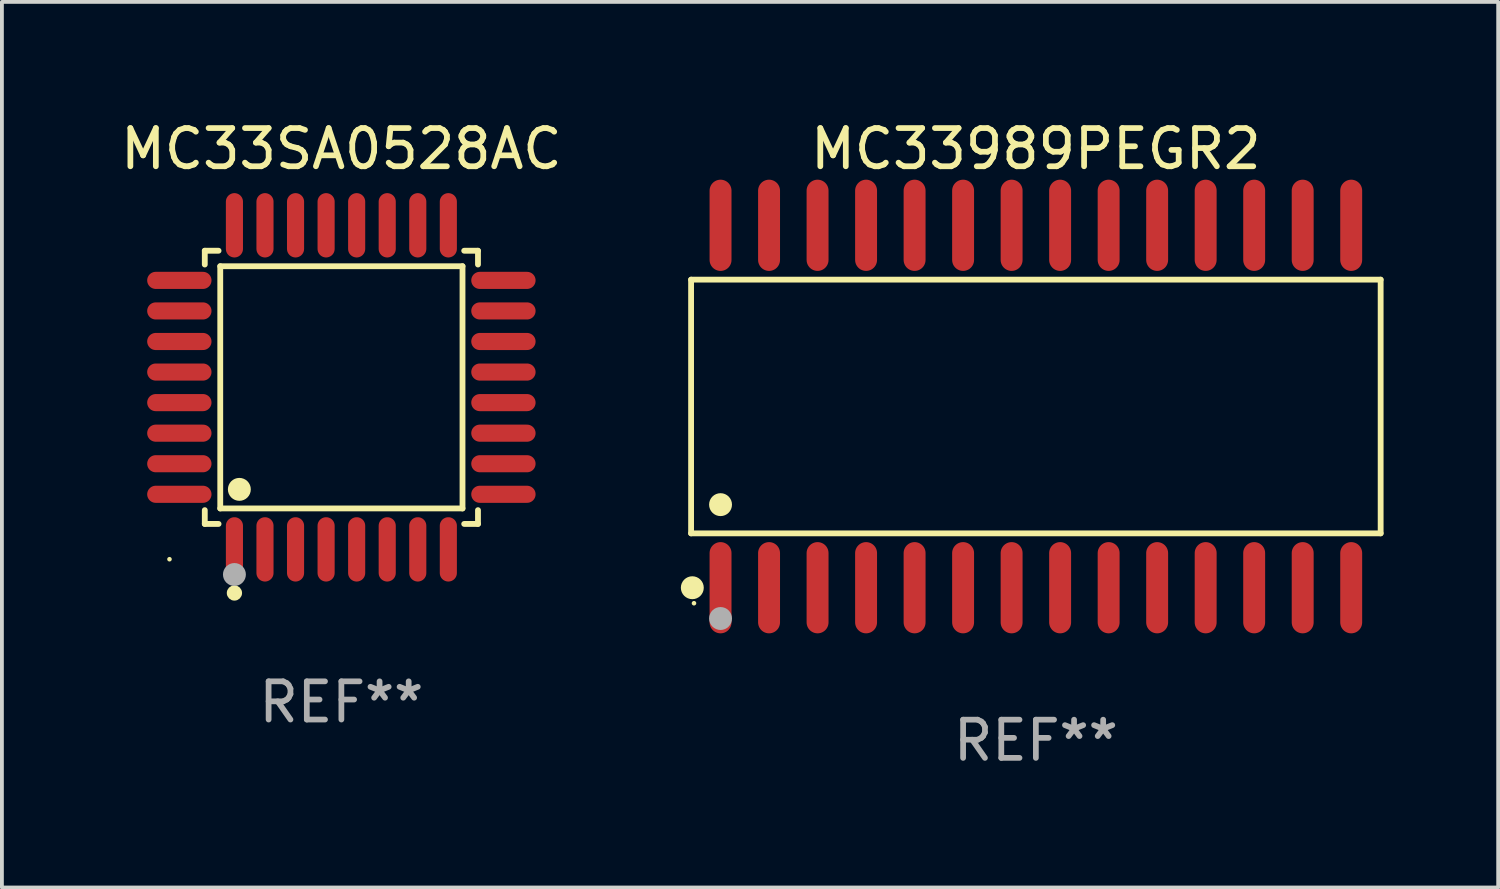
<source format=kicad_pcb>
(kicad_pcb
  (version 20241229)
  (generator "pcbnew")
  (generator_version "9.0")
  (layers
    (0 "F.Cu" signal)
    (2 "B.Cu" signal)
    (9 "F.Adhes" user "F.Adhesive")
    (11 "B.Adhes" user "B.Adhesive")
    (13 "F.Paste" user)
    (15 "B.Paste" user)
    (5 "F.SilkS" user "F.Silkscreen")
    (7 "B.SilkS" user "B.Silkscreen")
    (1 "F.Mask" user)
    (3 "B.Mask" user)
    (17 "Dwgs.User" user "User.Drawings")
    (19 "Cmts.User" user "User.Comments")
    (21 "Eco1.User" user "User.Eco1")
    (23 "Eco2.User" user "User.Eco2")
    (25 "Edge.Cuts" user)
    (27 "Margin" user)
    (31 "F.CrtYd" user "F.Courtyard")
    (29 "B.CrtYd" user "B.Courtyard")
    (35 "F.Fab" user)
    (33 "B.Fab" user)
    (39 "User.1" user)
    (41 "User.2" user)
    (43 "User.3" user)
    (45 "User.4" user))
  (footprint "MC33SA0528AC"
    (layer "F.Cu")
    (at 5.887 7.09)
    (property "Reference" "MC33SA0528AC" (at 0 -6.242 0) (layer "F.SilkS") (effects (font (size 1 1) (thickness 0.15))))
    (attr through_hole)
    (fp_line (start -3.576 -3.576) (end -3.215 -3.576) (stroke (width 0.152) (type solid)) (layer "F.SilkS"))
    (fp_line (start -3.576 -3.215) (end -3.576 -3.576) (stroke (width 0.152) (type solid)) (layer "F.SilkS"))
    (fp_line (start -3.576 3.215) (end -3.576 3.576) (stroke (width 0.152) (type solid)) (layer "F.SilkS"))
    (fp_line (start -3.576 3.576) (end -3.215 3.576) (stroke (width 0.152) (type solid)) (layer "F.SilkS"))
    (fp_line (start -3.171 -3.171) (end 3.171 -3.171) (stroke (width 0.152) (type solid)) (layer "F.SilkS"))
    (fp_line (start -3.171 3.171) (end -3.171 -3.171) (stroke (width 0.152) (type solid)) (layer "F.SilkS"))
    (fp_line (start 3.171 -3.171) (end 3.171 3.171) (stroke (width 0.152) (type solid)) (layer "F.SilkS"))
    (fp_line (start 3.171 3.171) (end -3.171 3.171) (stroke (width 0.152) (type solid)) (layer "F.SilkS"))
    (fp_line (start 3.576 -3.576) (end 3.215 -3.576) (stroke (width 0.152) (type solid)) (layer "F.SilkS"))
    (fp_line (start 3.576 -3.215) (end 3.576 -3.576) (stroke (width 0.152) (type solid)) (layer "F.SilkS"))
    (fp_line (start 3.576 3.215) (end 3.576 3.576) (stroke (width 0.152) (type solid)) (layer "F.SilkS"))
    (fp_line (start 3.576 3.576) (end 3.215 3.576) (stroke (width 0.152) (type solid)) (layer "F.SilkS"))
    (fp_circle (center -4.5 4.5) (end -4.47 4.5) (stroke (width 0.06) (type solid)) (fill no) (layer "F.SilkS"))
    (fp_circle (center -2.8 5.384) (end -2.7 5.384) (stroke (width 0.2) (type solid)) (fill no) (layer "F.SilkS"))
    (fp_circle (center -2.671 2.671) (end -2.521 2.671) (stroke (width 0.3) (type solid)) (fill no) (layer "F.SilkS"))
    (fp_circle (center -2.8 4.9) (end -2.65 4.9) (stroke (width 0.3) (type solid)) (fill no) (layer "F.Fab"))
    (fp_text user "REF**" (at 0 8.242 0) (layer "F.Fab") (effects (font (size 1 1) (thickness 0.15))))
    (pad "1" smd oval (at -2.8 4.242) (size 0.448 1.684) (layers "F.Cu" "F.Mask" "F.Paste"))
    (pad "2" smd oval (at -2 4.242) (size 0.448 1.684) (layers "F.Cu" "F.Mask" "F.Paste"))
    (pad "3" smd oval (at -1.2 4.242) (size 0.448 1.684) (layers "F.Cu" "F.Mask" "F.Paste"))
    (pad "4" smd oval (at -0.4 4.242) (size 0.448 1.684) (layers "F.Cu" "F.Mask" "F.Paste"))
    (pad "5" smd oval (at 0.4 4.242) (size 0.448 1.684) (layers "F.Cu" "F.Mask" "F.Paste"))
    (pad "6" smd oval (at 1.2 4.242) (size 0.448 1.684) (layers "F.Cu" "F.Mask" "F.Paste"))
    (pad "7" smd oval (at 2 4.242) (size 0.448 1.684) (layers "F.Cu" "F.Mask" "F.Paste"))
    (pad "8" smd oval (at 2.8 4.242) (size 0.448 1.684) (layers "F.Cu" "F.Mask" "F.Paste"))
    (pad "9" smd oval (at 4.242 2.8) (size 1.684 0.448) (layers "F.Cu" "F.Mask" "F.Paste"))
    (pad "10" smd oval (at 4.242 2) (size 1.684 0.448) (layers "F.Cu" "F.Mask" "F.Paste"))
    (pad "11" smd oval (at 4.242 1.2) (size 1.684 0.448) (layers "F.Cu" "F.Mask" "F.Paste"))
    (pad "12" smd oval (at 4.242 0.4) (size 1.684 0.448) (layers "F.Cu" "F.Mask" "F.Paste"))
    (pad "13" smd oval (at 4.242 -0.4) (size 1.684 0.448) (layers "F.Cu" "F.Mask" "F.Paste"))
    (pad "14" smd oval (at 4.242 -1.2) (size 1.684 0.448) (layers "F.Cu" "F.Mask" "F.Paste"))
    (pad "15" smd oval (at 4.242 -2) (size 1.684 0.448) (layers "F.Cu" "F.Mask" "F.Paste"))
    (pad "16" smd oval (at 4.242 -2.8) (size 1.684 0.448) (layers "F.Cu" "F.Mask" "F.Paste"))
    (pad "17" smd oval (at 2.8 -4.242) (size 0.448 1.684) (layers "F.Cu" "F.Mask" "F.Paste"))
    (pad "18" smd oval (at 2 -4.242) (size 0.448 1.684) (layers "F.Cu" "F.Mask" "F.Paste"))
    (pad "19" smd oval (at 1.2 -4.242) (size 0.448 1.684) (layers "F.Cu" "F.Mask" "F.Paste"))
    (pad "20" smd oval (at 0.4 -4.242) (size 0.448 1.684) (layers "F.Cu" "F.Mask" "F.Paste"))
    (pad "21" smd oval (at -0.4 -4.242) (size 0.448 1.684) (layers "F.Cu" "F.Mask" "F.Paste"))
    (pad "22" smd oval (at -1.2 -4.242) (size 0.448 1.684) (layers "F.Cu" "F.Mask" "F.Paste"))
    (pad "23" smd oval (at -2 -4.242) (size 0.448 1.684) (layers "F.Cu" "F.Mask" "F.Paste"))
    (pad "24" smd oval (at -2.8 -4.242) (size 0.448 1.684) (layers "F.Cu" "F.Mask" "F.Paste"))
    (pad "25" smd oval (at -4.242 -2.8) (size 1.684 0.448) (layers "F.Cu" "F.Mask" "F.Paste"))
    (pad "26" smd oval (at -4.242 -2) (size 1.684 0.448) (layers "F.Cu" "F.Mask" "F.Paste"))
    (pad "27" smd oval (at -4.242 -1.2) (size 1.684 0.448) (layers "F.Cu" "F.Mask" "F.Paste"))
    (pad "28" smd oval (at -4.242 -0.4) (size 1.684 0.448) (layers "F.Cu" "F.Mask" "F.Paste"))
    (pad "29" smd oval (at -4.242 0.4) (size 1.684 0.448) (layers "F.Cu" "F.Mask" "F.Paste"))
    (pad "30" smd oval (at -4.242 1.2) (size 1.684 0.448) (layers "F.Cu" "F.Mask" "F.Paste"))
    (pad "31" smd oval (at -4.242 2) (size 1.684 0.448) (layers "F.Cu" "F.Mask" "F.Paste"))
    (pad "32" smd oval (at -4.242 2.8) (size 1.684 0.448) (layers "F.Cu" "F.Mask" "F.Paste")))
  (footprint "MC33989PEGR2"
    (layer "F.Cu")
    (at 24.068 7.592)
    (property "Reference" "MC33989PEGR2" (at 0 -6.744 0) (layer "F.SilkS") (effects (font (size 1 1) (thickness 0.15))))
    (attr through_hole)
    (fp_line (start -9.026 -3.321) (end 9.026 -3.321) (stroke (width 0.152) (type solid)) (layer "F.SilkS"))
    (fp_line (start -9.026 3.321) (end -9.026 -3.321) (stroke (width 0.152) (type solid)) (layer "F.SilkS"))
    (fp_line (start 9.026 -3.321) (end 9.026 3.321) (stroke (width 0.152) (type solid)) (layer "F.SilkS"))
    (fp_line (start 9.026 3.321) (end -9.026 3.321) (stroke (width 0.152) (type solid)) (layer "F.SilkS"))
    (fp_circle (center -8.994 4.744) (end -8.844 4.744) (stroke (width 0.3) (type solid)) (fill no) (layer "F.SilkS"))
    (fp_circle (center -8.95 5.15) (end -8.92 5.15) (stroke (width 0.06) (type solid)) (fill no) (layer "F.SilkS"))
    (fp_circle (center -8.255 2.569) (end -8.105 2.569) (stroke (width 0.3) (type solid)) (fill no) (layer "F.SilkS"))
    (fp_circle (center -8.255 5.55) (end -8.105 5.55) (stroke (width 0.3) (type solid)) (fill no) (layer "F.Fab"))
    (fp_text user "REF**" (at 0 8.744 0) (layer "F.Fab") (effects (font (size 1 1) (thickness 0.15))))
    (pad "1" smd oval (at -8.255 4.744) (size 0.574 2.388) (layers "F.Cu" "F.Mask" "F.Paste"))
    (pad "2" smd oval (at -6.985 4.744) (size 0.574 2.388) (layers "F.Cu" "F.Mask" "F.Paste"))
    (pad "3" smd oval (at -5.715 4.744) (size 0.574 2.388) (layers "F.Cu" "F.Mask" "F.Paste"))
    (pad "4" smd oval (at -4.445 4.744) (size 0.574 2.388) (layers "F.Cu" "F.Mask" "F.Paste"))
    (pad "5" smd oval (at -3.175 4.744) (size 0.574 2.388) (layers "F.Cu" "F.Mask" "F.Paste"))
    (pad "6" smd oval (at -1.905 4.744) (size 0.574 2.388) (layers "F.Cu" "F.Mask" "F.Paste"))
    (pad "7" smd oval (at -0.635 4.744) (size 0.574 2.388) (layers "F.Cu" "F.Mask" "F.Paste"))
    (pad "8" smd oval (at 0.635 4.744) (size 0.574 2.388) (layers "F.Cu" "F.Mask" "F.Paste"))
    (pad "9" smd oval (at 1.905 4.744) (size 0.574 2.388) (layers "F.Cu" "F.Mask" "F.Paste"))
    (pad "10" smd oval (at 3.175 4.744) (size 0.574 2.388) (layers "F.Cu" "F.Mask" "F.Paste"))
    (pad "11" smd oval (at 4.445 4.744) (size 0.574 2.388) (layers "F.Cu" "F.Mask" "F.Paste"))
    (pad "12" smd oval (at 5.715 4.744) (size 0.574 2.388) (layers "F.Cu" "F.Mask" "F.Paste"))
    (pad "13" smd oval (at 6.985 4.744) (size 0.574 2.388) (layers "F.Cu" "F.Mask" "F.Paste"))
    (pad "14" smd oval (at 8.255 4.744) (size 0.574 2.388) (layers "F.Cu" "F.Mask" "F.Paste"))
    (pad "15" smd oval (at 8.255 -4.744) (size 0.574 2.388) (layers "F.Cu" "F.Mask" "F.Paste"))
    (pad "16" smd oval (at 6.985 -4.744) (size 0.574 2.388) (layers "F.Cu" "F.Mask" "F.Paste"))
    (pad "17" smd oval (at 5.715 -4.744) (size 0.574 2.388) (layers "F.Cu" "F.Mask" "F.Paste"))
    (pad "18" smd oval (at 4.445 -4.744) (size 0.574 2.388) (layers "F.Cu" "F.Mask" "F.Paste"))
    (pad "19" smd oval (at 3.175 -4.744) (size 0.574 2.388) (layers "F.Cu" "F.Mask" "F.Paste"))
    (pad "20" smd oval (at 1.905 -4.744) (size 0.574 2.388) (layers "F.Cu" "F.Mask" "F.Paste"))
    (pad "21" smd oval (at 0.635 -4.744) (size 0.574 2.388) (layers "F.Cu" "F.Mask" "F.Paste"))
    (pad "22" smd oval (at -0.635 -4.744) (size 0.574 2.388) (layers "F.Cu" "F.Mask" "F.Paste"))
    (pad "23" smd oval (at -1.905 -4.744) (size 0.574 2.388) (layers "F.Cu" "F.Mask" "F.Paste"))
    (pad "24" smd oval (at -3.175 -4.744) (size 0.574 2.388) (layers "F.Cu" "F.Mask" "F.Paste"))
    (pad "25" smd oval (at -4.445 -4.744) (size 0.574 2.388) (layers "F.Cu" "F.Mask" "F.Paste"))
    (pad "26" smd oval (at -5.715 -4.744) (size 0.574 2.388) (layers "F.Cu" "F.Mask" "F.Paste"))
    (pad "27" smd oval (at -6.985 -4.744) (size 0.574 2.388) (layers "F.Cu" "F.Mask" "F.Paste"))
    (pad "28" smd oval (at -8.255 -4.744) (size 0.574 2.388) (layers "F.Cu" "F.Mask" "F.Paste")))
  (gr_rect
    (start -3 -3)
    (end 36.171 20.184)
    (stroke (width 0.1) (type default))
    (fill no)
    (layer "Edge.Cuts")))
</source>
